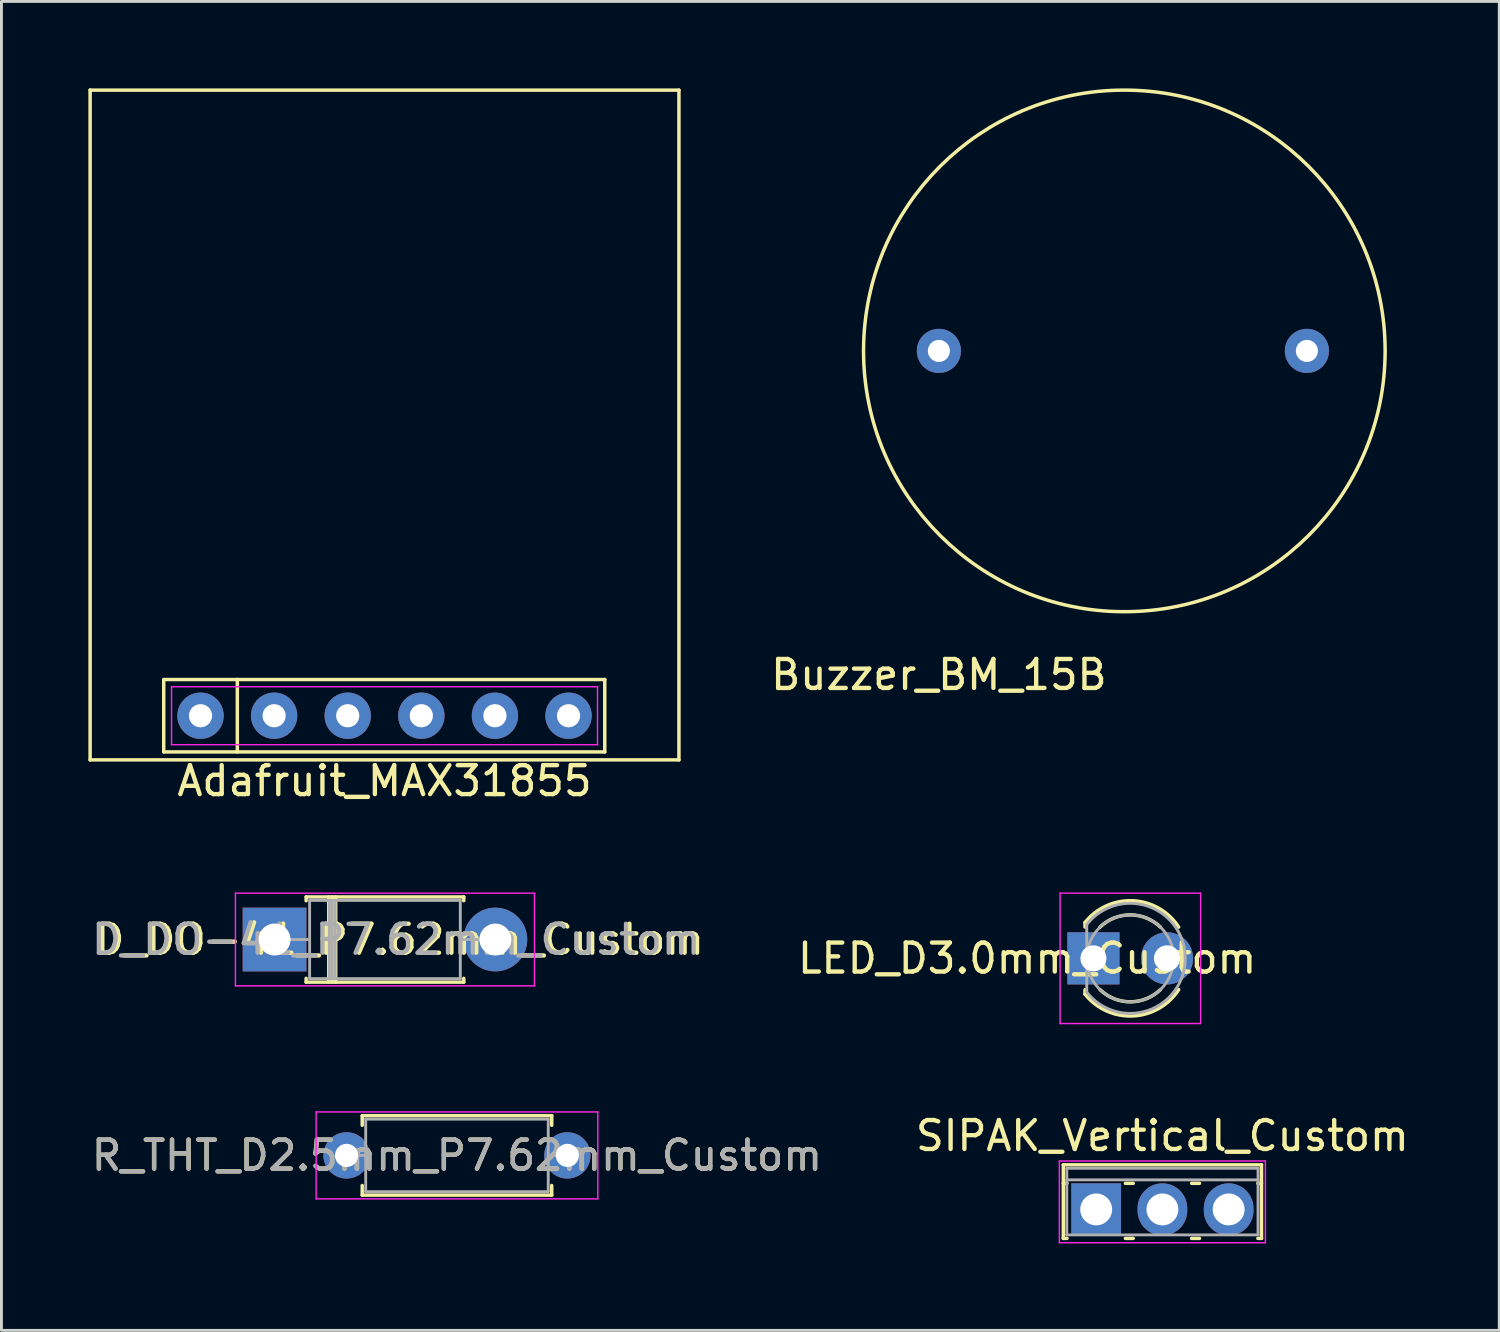
<source format=kicad_pcb>
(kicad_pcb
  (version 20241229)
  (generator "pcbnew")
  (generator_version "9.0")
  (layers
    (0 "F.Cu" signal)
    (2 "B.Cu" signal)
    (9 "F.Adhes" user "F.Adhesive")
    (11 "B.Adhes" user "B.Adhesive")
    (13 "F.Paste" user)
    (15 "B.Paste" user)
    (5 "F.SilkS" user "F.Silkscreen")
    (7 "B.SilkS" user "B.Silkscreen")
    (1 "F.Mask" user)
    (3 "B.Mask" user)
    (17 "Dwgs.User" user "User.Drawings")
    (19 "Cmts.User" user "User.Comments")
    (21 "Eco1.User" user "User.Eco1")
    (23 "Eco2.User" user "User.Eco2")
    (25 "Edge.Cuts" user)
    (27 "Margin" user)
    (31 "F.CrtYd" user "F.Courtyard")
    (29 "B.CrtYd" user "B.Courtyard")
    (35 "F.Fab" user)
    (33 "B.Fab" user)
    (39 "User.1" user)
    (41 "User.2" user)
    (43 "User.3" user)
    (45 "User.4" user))
  (footprint "R_THT_D2.5mm_P7.62mm_Custom"
    (layer "F.Cu")
    (at 8.91 36.823)
    (property "Reference" "R_THT_D2.5mm_P7.62mm_Custom" (at 3.81 0 0) (layer "F.SilkS") (effects (font (size 1 1) (thickness 0.15))))
    (attr through_hole)
    (fp_line (start 0.54 -1.37) (end 7.08 -1.37) (stroke (width 0.12) (type solid)) (layer "F.SilkS"))
    (fp_line (start 0.54 -1.04) (end 0.54 -1.37) (stroke (width 0.12) (type solid)) (layer "F.SilkS"))
    (fp_line (start 0.54 1.04) (end 0.54 1.37) (stroke (width 0.12) (type solid)) (layer "F.SilkS"))
    (fp_line (start 0.54 1.37) (end 7.08 1.37) (stroke (width 0.12) (type solid)) (layer "F.SilkS"))
    (fp_line (start 7.08 -1.37) (end 7.08 -1.04) (stroke (width 0.12) (type solid)) (layer "F.SilkS"))
    (fp_line (start 7.08 1.37) (end 7.08 1.04) (stroke (width 0.12) (type solid)) (layer "F.SilkS"))
    (fp_line (start -1.05 -1.5) (end -1.05 1.5) (stroke (width 0.05) (type solid)) (layer "F.CrtYd"))
    (fp_line (start -1.05 1.5) (end 8.67 1.5) (stroke (width 0.05) (type solid)) (layer "F.CrtYd"))
    (fp_line (start 8.67 -1.5) (end -1.05 -1.5) (stroke (width 0.05) (type solid)) (layer "F.CrtYd"))
    (fp_line (start 8.67 1.5) (end 8.67 -1.5) (stroke (width 0.05) (type solid)) (layer "F.CrtYd"))
    (fp_line (start 0 0) (end 0.66 0) (stroke (width 0.1) (type solid)) (layer "F.Fab"))
    (fp_line (start 0.66 -1.25) (end 0.66 1.25) (stroke (width 0.1) (type solid)) (layer "F.Fab"))
    (fp_line (start 0.66 1.25) (end 6.96 1.25) (stroke (width 0.1) (type solid)) (layer "F.Fab"))
    (fp_line (start 6.96 -1.25) (end 0.66 -1.25) (stroke (width 0.1) (type solid)) (layer "F.Fab"))
    (fp_line (start 6.96 1.25) (end 6.96 -1.25) (stroke (width 0.1) (type solid)) (layer "F.Fab"))
    (fp_line (start 7.62 0) (end 6.96 0) (stroke (width 0.1) (type solid)) (layer "F.Fab"))
    (fp_text user "${REFERENCE}" (at 3.81 0 0) (layer "F.Fab") (effects (font (size 1 1) (thickness 0.15))))
    (pad "1" thru_hole circle (at 0 0) (size 1.6 1.6) (drill 0.8) (layers "*.Cu" "*.Mask"))
    (pad "2" thru_hole oval (at 7.62 0) (size 1.6 1.6) (drill 0.8) (layers "*.Cu" "*.Mask")))
  (footprint "SIPAK_Vertical_Custom"
    (layer "F.Cu")
    (at 34.779 38.687)
    (property "Reference" "SIPAK_Vertical_Custom" (at 2.286 -2.54 0) (layer "F.SilkS") (effects (font (size 1 1) (thickness 0.15))))
    (attr through_hole)
    (fp_line (start -1.134 -1.54) (end -1.134 1) (stroke (width 0.12) (type solid)) (layer "F.SilkS"))
    (fp_line (start -1.134 -1.54) (end 5.706 -1.54) (stroke (width 0.12) (type solid)) (layer "F.SilkS"))
    (fp_line (start -1.134 -0.9) (end -1.008 -0.9) (stroke (width 0.12) (type solid)) (layer "F.SilkS"))
    (fp_line (start -1.134 1) (end -1.008 1) (stroke (width 0.12) (type solid)) (layer "F.SilkS"))
    (fp_line (start 1.008 -0.9) (end 1.279 -0.9) (stroke (width 0.12) (type solid)) (layer "F.SilkS"))
    (fp_line (start 1.008 1) (end 1.279 1) (stroke (width 0.12) (type solid)) (layer "F.SilkS"))
    (fp_line (start 3.294 -0.9) (end 3.565 -0.9) (stroke (width 0.12) (type solid)) (layer "F.SilkS"))
    (fp_line (start 3.294 1) (end 3.565 1) (stroke (width 0.12) (type solid)) (layer "F.SilkS"))
    (fp_line (start 5.58 -0.9) (end 5.706 -0.9) (stroke (width 0.12) (type solid)) (layer "F.SilkS"))
    (fp_line (start 5.58 1) (end 5.706 1) (stroke (width 0.12) (type solid)) (layer "F.SilkS"))
    (fp_line (start 5.706 -1.54) (end 5.706 1) (stroke (width 0.12) (type solid)) (layer "F.SilkS"))
    (fp_line (start -1.27 -1.67) (end -1.27 1.15) (stroke (width 0.05) (type solid)) (layer "F.CrtYd"))
    (fp_line (start -1.27 1.15) (end 5.84 1.15) (stroke (width 0.05) (type solid)) (layer "F.CrtYd"))
    (fp_line (start 5.84 -1.67) (end -1.27 -1.67) (stroke (width 0.05) (type solid)) (layer "F.CrtYd"))
    (fp_line (start 5.84 1.15) (end 5.84 -1.67) (stroke (width 0.05) (type solid)) (layer "F.CrtYd"))
    (fp_line (start -1.014 -1.42) (end -1.014 0.88) (stroke (width 0.1) (type solid)) (layer "F.Fab"))
    (fp_line (start -1.014 -1.02) (end 5.586 -1.02) (stroke (width 0.1) (type solid)) (layer "F.Fab"))
    (fp_line (start -1.014 0.88) (end 5.586 0.88) (stroke (width 0.1) (type solid)) (layer "F.Fab"))
    (fp_line (start 5.586 -1.42) (end -1.014 -1.42) (stroke (width 0.1) (type solid)) (layer "F.Fab"))
    (fp_line (start 5.586 0.88) (end 5.586 -1.42) (stroke (width 0.1) (type solid)) (layer "F.Fab"))
    (pad "1" thru_hole rect (at 0 0) (size 1.714 1.8) (drill 1.1) (layers "*.Cu" "*.Mask"))
    (pad "2" thru_hole oval (at 2.286 0) (size 1.714 1.8) (drill 1.1) (layers "*.Cu" "*.Mask"))
    (pad "3" thru_hole oval (at 4.572 0) (size 1.714 1.8) (drill 1.1) (layers "*.Cu" "*.Mask")))
  (footprint "D_DO-41_P7.62mm_Custom"
    (layer "F.Cu")
    (at 6.425 29.373)
    (property "Reference" "D_DO-41_P7.62mm_Custom" (at 4.318 0 0) (layer "F.SilkS") (effects (font (size 1 1) (thickness 0.15))))
    (attr through_hole)
    (fp_line (start 1.09 -1.47) (end 6.53 -1.47) (stroke (width 0.12) (type solid)) (layer "F.SilkS"))
    (fp_line (start 1.09 -1.34) (end 1.09 -1.47) (stroke (width 0.12) (type solid)) (layer "F.SilkS"))
    (fp_line (start 1.09 1.34) (end 1.09 1.47) (stroke (width 0.12) (type solid)) (layer "F.SilkS"))
    (fp_line (start 1.09 1.47) (end 6.53 1.47) (stroke (width 0.12) (type solid)) (layer "F.SilkS"))
    (fp_line (start 1.87 -1.47) (end 1.87 1.47) (stroke (width 0.12) (type solid)) (layer "F.SilkS"))
    (fp_line (start 1.99 -1.47) (end 1.99 1.47) (stroke (width 0.12) (type solid)) (layer "F.SilkS"))
    (fp_line (start 2.11 -1.47) (end 2.11 1.47) (stroke (width 0.12) (type solid)) (layer "F.SilkS"))
    (fp_line (start 6.53 -1.47) (end 6.53 -1.34) (stroke (width 0.12) (type solid)) (layer "F.SilkS"))
    (fp_line (start 6.53 1.47) (end 6.53 1.34) (stroke (width 0.12) (type solid)) (layer "F.SilkS"))
    (fp_line (start -1.35 -1.6) (end -1.35 1.6) (stroke (width 0.05) (type solid)) (layer "F.CrtYd"))
    (fp_line (start -1.35 1.6) (end 8.97 1.6) (stroke (width 0.05) (type solid)) (layer "F.CrtYd"))
    (fp_line (start 8.97 -1.6) (end -1.35 -1.6) (stroke (width 0.05) (type solid)) (layer "F.CrtYd"))
    (fp_line (start 8.97 1.6) (end 8.97 -1.6) (stroke (width 0.05) (type solid)) (layer "F.CrtYd"))
    (fp_line (start 0 0) (end 1.21 0) (stroke (width 0.1) (type solid)) (layer "F.Fab"))
    (fp_line (start 1.21 -1.35) (end 1.21 1.35) (stroke (width 0.1) (type solid)) (layer "F.Fab"))
    (fp_line (start 1.21 1.35) (end 6.41 1.35) (stroke (width 0.1) (type solid)) (layer "F.Fab"))
    (fp_line (start 1.89 -1.35) (end 1.89 1.35) (stroke (width 0.1) (type solid)) (layer "F.Fab"))
    (fp_line (start 1.99 -1.35) (end 1.99 1.35) (stroke (width 0.1) (type solid)) (layer "F.Fab"))
    (fp_line (start 2.09 -1.35) (end 2.09 1.35) (stroke (width 0.1) (type solid)) (layer "F.Fab"))
    (fp_line (start 6.41 -1.35) (end 1.21 -1.35) (stroke (width 0.1) (type solid)) (layer "F.Fab"))
    (fp_line (start 6.41 1.35) (end 6.41 -1.35) (stroke (width 0.1) (type solid)) (layer "F.Fab"))
    (fp_line (start 7.62 0) (end 6.41 0) (stroke (width 0.1) (type solid)) (layer "F.Fab"))
    (fp_text user "${REFERENCE}" (at 4.2 0 0) (layer "F.Fab") (effects (font (size 1 1) (thickness 0.15))))
    (pad "1" thru_hole rect (at 0 0) (size 2.2 2.2) (drill 1.1) (layers "*.Cu" "*.Mask"))
    (pad "2" thru_hole oval (at 7.62 0) (size 2.2 2.2) (drill 1.1) (layers "*.Cu" "*.Mask")))
  (footprint "Buzzer_BM_15B"
    (layer "F.Cu")
    (at 29.351 9.06)
    (property "Reference" "Buzzer_BM_15B" (at 0 11.176 0) (layer "F.SilkS") (effects (font (size 1 1) (thickness 0.15))))
    (attr through_hole)
    (fp_circle (center 6.4 0) (end 15.4 0) (stroke (width 0.12) (type solid)) (fill no) (layer "F.SilkS"))
    (pad "1" thru_hole circle (at 0 0) (size 1.524 1.524) (drill 0.762) (layers "*.Cu" "*.Mask"))
    (pad "2" thru_hole circle (at 12.7 0) (size 1.524 1.524) (drill 0.762) (layers "*.Cu" "*.Mask")))
  (footprint "LED_D3.0mm_Custom"
    (layer "F.Cu")
    (at 34.684 30.023)
    (property "Reference" "LED_D3.0mm_Custom" (at -2.286 0 0) (layer "F.SilkS") (effects (font (size 1 1) (thickness 0.15))))
    (attr through_hole)
    (fp_line (start -0.29 -1.236) (end -0.29 -1.08) (stroke (width 0.12) (type solid)) (layer "F.SilkS"))
    (fp_line (start -0.29 1.08) (end -0.29 1.236) (stroke (width 0.12) (type solid)) (layer "F.SilkS"))
    (fp_arc (start -0.29 -1.235516) (mid 1.366487 -1.987659) (end 2.942335 -1.078608) (stroke (width 0.12) (type solid)) (layer "F.SilkS"))
    (fp_arc (start 0.229039 -1.08) (mid 1.270117 -1.5) (end 2.31113 -1.079837) (stroke (width 0.12) (type solid)) (layer "F.SilkS"))
    (fp_arc (start 2.31113 1.079837) (mid 1.270117 1.5) (end 0.229039 1.08) (stroke (width 0.12) (type solid)) (layer "F.SilkS"))
    (fp_arc (start 2.942335 1.078608) (mid 1.366487 1.987659) (end -0.29 1.235516) (stroke (width 0.12) (type solid)) (layer "F.SilkS"))
    (fp_line (start -1.15 -2.25) (end -1.15 2.25) (stroke (width 0.05) (type solid)) (layer "F.CrtYd"))
    (fp_line (start -1.15 2.25) (end 3.7 2.25) (stroke (width 0.05) (type solid)) (layer "F.CrtYd"))
    (fp_line (start 3.7 -2.25) (end -1.15 -2.25) (stroke (width 0.05) (type solid)) (layer "F.CrtYd"))
    (fp_line (start 3.7 2.25) (end 3.7 -2.25) (stroke (width 0.05) (type solid)) (layer "F.CrtYd"))
    (fp_line (start -0.23 -1.166) (end -0.23 1.166) (stroke (width 0.1) (type solid)) (layer "F.Fab"))
    (fp_arc (start -0.23 -1.16619) (mid 3.17 0.000452) (end -0.230555 1.165476) (stroke (width 0.1) (type solid)) (layer "F.Fab"))
    (fp_circle (center 1.27 0) (end 2.77 0) (stroke (width 0.1) (type solid)) (fill no) (layer "F.Fab"))
    (pad "1" thru_hole rect (at 0 0) (size 1.8 1.8) (drill 0.9) (layers "*.Cu" "*.Mask"))
    (pad "2" thru_hole circle (at 2.54 0) (size 1.8 1.8) (drill 0.9) (layers "*.Cu" "*.Mask")))
  (footprint "Adafruit_MAX31855"
    (layer "F.Cu")
    (at 3.87 21.65)
    (property "Reference" "Adafruit_MAX31855" (at 6.35 2.25 0) (layer "F.SilkS") (effects (font (size 1 1) (thickness 0.15))))
    (attr through_hole)
    (fp_line (start -3.81 -21.59) (end -3.81 1.524) (stroke (width 0.12) (type solid)) (layer "F.SilkS"))
    (fp_line (start -3.81 1.524) (end 16.51 1.524) (stroke (width 0.12) (type solid)) (layer "F.SilkS"))
    (fp_line (start -1.27 1.25) (end -1.27 -1.25) (stroke (width 0.12) (type solid)) (layer "F.SilkS"))
    (fp_line (start -1.25 -1.25) (end 13.95 -1.25) (stroke (width 0.12) (type solid)) (layer "F.SilkS"))
    (fp_line (start 1.27 -1.25) (end 1.27 1.25) (stroke (width 0.12) (type solid)) (layer "F.SilkS"))
    (fp_line (start 13.95 -1.25) (end 13.95 1.25) (stroke (width 0.12) (type solid)) (layer "F.SilkS"))
    (fp_line (start 13.95 1.25) (end -1.25 1.25) (stroke (width 0.12) (type solid)) (layer "F.SilkS"))
    (fp_line (start 16.51 -21.59) (end -3.81 -21.59) (stroke (width 0.12) (type solid)) (layer "F.SilkS"))
    (fp_line (start 16.51 1.524) (end 16.51 -21.59) (stroke (width 0.12) (type solid)) (layer "F.SilkS"))
    (fp_line (start -1 -1) (end 13.7 -1) (stroke (width 0.05) (type solid)) (layer "F.CrtYd"))
    (fp_line (start -1 1) (end -1 -1) (stroke (width 0.05) (type solid)) (layer "F.CrtYd"))
    (fp_line (start 13.7 -1) (end 13.7 1) (stroke (width 0.05) (type solid)) (layer "F.CrtYd"))
    (fp_line (start 13.7 1) (end -1 1) (stroke (width 0.05) (type solid)) (layer "F.CrtYd"))
    (pad "1" thru_hole circle (at 0 0) (size 1.6 1.6) (drill 0.8) (layers "*.Cu" "*.Mask"))
    (pad "2" thru_hole circle (at 2.54 0) (size 1.6 1.6) (drill 0.8) (layers "*.Cu" "*.Mask"))
    (pad "3" thru_hole circle (at 5.08 0) (size 1.6 1.6) (drill 0.8) (layers "*.Cu" "*.Mask"))
    (pad "4" thru_hole circle (at 7.62 0) (size 1.6 1.6) (drill 0.8) (layers "*.Cu" "*.Mask"))
    (pad "5" thru_hole circle (at 10.16 0) (size 1.6 1.6) (drill 0.8) (layers "*.Cu" "*.Mask"))
    (pad "6" thru_hole circle (at 12.7 0) (size 1.6 1.6) (drill 0.8) (layers "*.Cu" "*.Mask")))
  (gr_rect
    (start -3 -3)
    (end 48.69 42.861)
    (stroke (width 0.1) (type default))
    (fill no)
    (layer "Edge.Cuts")))
</source>
